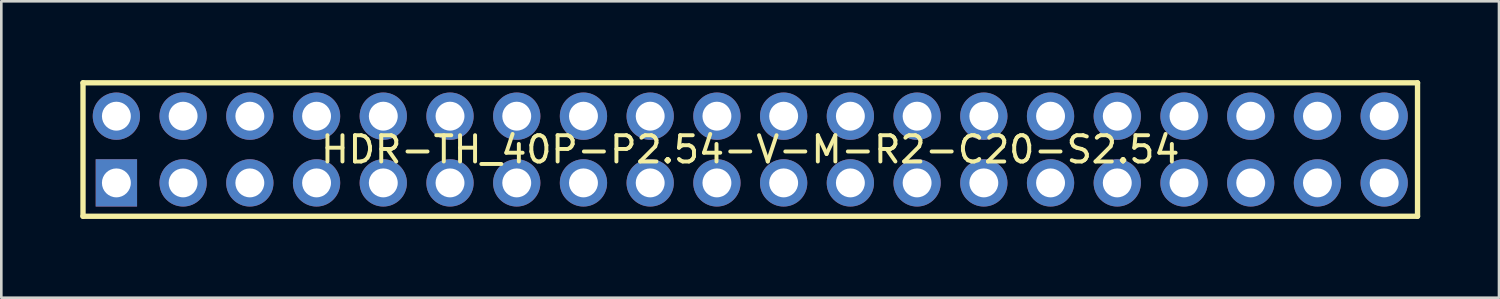
<source format=kicad_pcb>
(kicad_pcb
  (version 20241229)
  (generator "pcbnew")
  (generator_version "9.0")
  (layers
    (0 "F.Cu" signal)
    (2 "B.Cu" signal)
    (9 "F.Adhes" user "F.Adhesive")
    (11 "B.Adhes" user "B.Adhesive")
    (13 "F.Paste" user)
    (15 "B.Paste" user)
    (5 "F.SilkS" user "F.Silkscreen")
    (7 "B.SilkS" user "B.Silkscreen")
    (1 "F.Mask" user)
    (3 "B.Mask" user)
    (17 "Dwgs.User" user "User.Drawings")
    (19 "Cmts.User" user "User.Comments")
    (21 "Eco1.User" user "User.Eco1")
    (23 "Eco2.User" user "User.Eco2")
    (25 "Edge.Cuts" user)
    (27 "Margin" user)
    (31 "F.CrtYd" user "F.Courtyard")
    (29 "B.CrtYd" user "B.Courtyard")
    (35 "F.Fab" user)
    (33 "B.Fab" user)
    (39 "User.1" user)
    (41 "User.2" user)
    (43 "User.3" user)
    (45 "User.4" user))
  (footprint "HDR-TH_40P-P2.54-V-M-R2-C20-S2.54"
    (layer "F.Cu")
    (at 25.51 2.642)
    (property "Reference" "HDR-TH_40P-P2.54-V-M-R2-C20-S2.54" (at 0 0 0) (layer "F.SilkS") (effects (font (size 1 1) (thickness 0.15))))
    (fp_line (start -25.4 -2.54) (end -25.4 2.54) (stroke (width 0.203) (type default)) (layer "F.SilkS"))
    (fp_line (start -25.4 2.54) (end 25.4 2.54) (stroke (width 0.203) (type default)) (layer "F.SilkS"))
    (fp_line (start 25.4 -2.54) (end -25.4 -2.54) (stroke (width 0.203) (type default)) (layer "F.SilkS"))
    (fp_line (start 25.4 2.54) (end 25.4 -2.54) (stroke (width 0.203) (type default)) (layer "F.SilkS"))
    (fp_poly (pts (xy -24.45 -1.59) (xy -23.81 -1.59) (xy -23.81 -0.95) (xy -24.45 -0.95)) (stroke (width 0.1) (type default)) (fill no) (layer "User.1"))
    (fp_poly (pts (xy -24.45 0.95) (xy -23.81 0.95) (xy -23.81 1.59) (xy -24.45 1.59)) (stroke (width 0.1) (type default)) (fill no) (layer "User.1"))
    (fp_poly (pts (xy -21.91 -1.59) (xy -21.27 -1.59) (xy -21.27 -0.95) (xy -21.91 -0.95)) (stroke (width 0.1) (type default)) (fill no) (layer "User.1"))
    (fp_poly (pts (xy -21.91 0.95) (xy -21.27 0.95) (xy -21.27 1.59) (xy -21.91 1.59)) (stroke (width 0.1) (type default)) (fill no) (layer "User.1"))
    (fp_poly (pts (xy -19.37 -1.59) (xy -18.73 -1.59) (xy -18.73 -0.95) (xy -19.37 -0.95)) (stroke (width 0.1) (type default)) (fill no) (layer "User.1"))
    (fp_poly (pts (xy -19.37 0.95) (xy -18.73 0.95) (xy -18.73 1.59) (xy -19.37 1.59)) (stroke (width 0.1) (type default)) (fill no) (layer "User.1"))
    (fp_poly (pts (xy -16.83 -1.59) (xy -16.19 -1.59) (xy -16.19 -0.95) (xy -16.83 -0.95)) (stroke (width 0.1) (type default)) (fill no) (layer "User.1"))
    (fp_poly (pts (xy -16.83 0.95) (xy -16.19 0.95) (xy -16.19 1.59) (xy -16.83 1.59)) (stroke (width 0.1) (type default)) (fill no) (layer "User.1"))
    (fp_poly (pts (xy -14.29 -1.59) (xy -13.65 -1.59) (xy -13.65 -0.95) (xy -14.29 -0.95)) (stroke (width 0.1) (type default)) (fill no) (layer "User.1"))
    (fp_poly (pts (xy -14.29 0.95) (xy -13.65 0.95) (xy -13.65 1.59) (xy -14.29 1.59)) (stroke (width 0.1) (type default)) (fill no) (layer "User.1"))
    (fp_poly (pts (xy -11.75 -1.59) (xy -11.11 -1.59) (xy -11.11 -0.95) (xy -11.75 -0.95)) (stroke (width 0.1) (type default)) (fill no) (layer "User.1"))
    (fp_poly (pts (xy -11.75 0.95) (xy -11.11 0.95) (xy -11.11 1.59) (xy -11.75 1.59)) (stroke (width 0.1) (type default)) (fill no) (layer "User.1"))
    (fp_poly (pts (xy -9.21 -1.59) (xy -8.57 -1.59) (xy -8.57 -0.95) (xy -9.21 -0.95)) (stroke (width 0.1) (type default)) (fill no) (layer "User.1"))
    (fp_poly (pts (xy -9.21 0.95) (xy -8.57 0.95) (xy -8.57 1.59) (xy -9.21 1.59)) (stroke (width 0.1) (type default)) (fill no) (layer "User.1"))
    (fp_poly (pts (xy -6.67 -1.59) (xy -6.03 -1.59) (xy -6.03 -0.95) (xy -6.67 -0.95)) (stroke (width 0.1) (type default)) (fill no) (layer "User.1"))
    (fp_poly (pts (xy -6.67 0.95) (xy -6.03 0.95) (xy -6.03 1.59) (xy -6.67 1.59)) (stroke (width 0.1) (type default)) (fill no) (layer "User.1"))
    (fp_poly (pts (xy -4.13 -1.59) (xy -3.49 -1.59) (xy -3.49 -0.95) (xy -4.13 -0.95)) (stroke (width 0.1) (type default)) (fill no) (layer "User.1"))
    (fp_poly (pts (xy -4.13 0.95) (xy -3.49 0.95) (xy -3.49 1.59) (xy -4.13 1.59)) (stroke (width 0.1) (type default)) (fill no) (layer "User.1"))
    (fp_poly (pts (xy -1.59 -1.59) (xy -0.95 -1.59) (xy -0.95 -0.95) (xy -1.59 -0.95)) (stroke (width 0.1) (type default)) (fill no) (layer "User.1"))
    (fp_poly (pts (xy -1.59 0.95) (xy -0.95 0.95) (xy -0.95 1.59) (xy -1.59 1.59)) (stroke (width 0.1) (type default)) (fill no) (layer "User.1"))
    (fp_poly (pts (xy 0.95 -1.59) (xy 1.59 -1.59) (xy 1.59 -0.95) (xy 0.95 -0.95)) (stroke (width 0.1) (type default)) (fill no) (layer "User.1"))
    (fp_poly (pts (xy 0.95 0.95) (xy 1.59 0.95) (xy 1.59 1.59) (xy 0.95 1.59)) (stroke (width 0.1) (type default)) (fill no) (layer "User.1"))
    (fp_poly (pts (xy 3.49 -1.59) (xy 4.13 -1.59) (xy 4.13 -0.95) (xy 3.49 -0.95)) (stroke (width 0.1) (type default)) (fill no) (layer "User.1"))
    (fp_poly (pts (xy 3.49 0.95) (xy 4.13 0.95) (xy 4.13 1.59) (xy 3.49 1.59)) (stroke (width 0.1) (type default)) (fill no) (layer "User.1"))
    (fp_poly (pts (xy 6.03 -1.59) (xy 6.67 -1.59) (xy 6.67 -0.95) (xy 6.03 -0.95)) (stroke (width 0.1) (type default)) (fill no) (layer "User.1"))
    (fp_poly (pts (xy 6.03 0.95) (xy 6.67 0.95) (xy 6.67 1.59) (xy 6.03 1.59)) (stroke (width 0.1) (type default)) (fill no) (layer "User.1"))
    (fp_poly (pts (xy 8.57 -1.59) (xy 9.21 -1.59) (xy 9.21 -0.95) (xy 8.57 -0.95)) (stroke (width 0.1) (type default)) (fill no) (layer "User.1"))
    (fp_poly (pts (xy 8.57 0.95) (xy 9.21 0.95) (xy 9.21 1.59) (xy 8.57 1.59)) (stroke (width 0.1) (type default)) (fill no) (layer "User.1"))
    (fp_poly (pts (xy 11.11 -1.59) (xy 11.75 -1.59) (xy 11.75 -0.95) (xy 11.11 -0.95)) (stroke (width 0.1) (type default)) (fill no) (layer "User.1"))
    (fp_poly (pts (xy 11.11 0.95) (xy 11.75 0.95) (xy 11.75 1.59) (xy 11.11 1.59)) (stroke (width 0.1) (type default)) (fill no) (layer "User.1"))
    (fp_poly (pts (xy 13.65 -1.59) (xy 14.29 -1.59) (xy 14.29 -0.95) (xy 13.65 -0.95)) (stroke (width 0.1) (type default)) (fill no) (layer "User.1"))
    (fp_poly (pts (xy 13.65 0.95) (xy 14.29 0.95) (xy 14.29 1.59) (xy 13.65 1.59)) (stroke (width 0.1) (type default)) (fill no) (layer "User.1"))
    (fp_poly (pts (xy 16.19 -1.59) (xy 16.83 -1.59) (xy 16.83 -0.95) (xy 16.19 -0.95)) (stroke (width 0.1) (type default)) (fill no) (layer "User.1"))
    (fp_poly (pts (xy 16.19 0.95) (xy 16.83 0.95) (xy 16.83 1.59) (xy 16.19 1.59)) (stroke (width 0.1) (type default)) (fill no) (layer "User.1"))
    (fp_poly (pts (xy 18.73 -1.59) (xy 19.37 -1.59) (xy 19.37 -0.95) (xy 18.73 -0.95)) (stroke (width 0.1) (type default)) (fill no) (layer "User.1"))
    (fp_poly (pts (xy 18.73 0.95) (xy 19.37 0.95) (xy 19.37 1.59) (xy 18.73 1.59)) (stroke (width 0.1) (type default)) (fill no) (layer "User.1"))
    (fp_poly (pts (xy 21.27 -1.59) (xy 21.91 -1.59) (xy 21.91 -0.95) (xy 21.27 -0.95)) (stroke (width 0.1) (type default)) (fill no) (layer "User.1"))
    (fp_poly (pts (xy 21.27 0.95) (xy 21.91 0.95) (xy 21.91 1.59) (xy 21.27 1.59)) (stroke (width 0.1) (type default)) (fill no) (layer "User.1"))
    (fp_poly (pts (xy 23.81 -1.59) (xy 24.45 -1.59) (xy 24.45 -0.95) (xy 23.81 -0.95)) (stroke (width 0.1) (type default)) (fill no) (layer "User.1"))
    (fp_poly (pts (xy 23.81 0.95) (xy 24.45 0.95) (xy 24.45 1.59) (xy 23.81 1.59)) (stroke (width 0.1) (type default)) (fill no) (layer "User.1"))
    (fp_line (start -25.4 -2.5) (end 25.4 -2.5) (stroke (width 0.051) (type default)) (layer "User.2"))
    (fp_line (start -25.4 2.5) (end -25.4 -2.5) (stroke (width 0.051) (type default)) (layer "User.2"))
    (fp_line (start 25.4 -2.5) (end 25.4 2.5) (stroke (width 0.051) (type default)) (layer "User.2"))
    (fp_line (start 25.4 2.5) (end -25.4 2.5) (stroke (width 0.051) (type default)) (layer "User.2"))
    (fp_poly (pts (xy -25.34 2.5) (xy -25.358 2.458) (xy -25.4 2.44) (xy -25.442 2.458) (xy -25.46 2.5) (xy -25.442 2.542) (xy -25.4 2.56) (xy -25.358 2.542)) (stroke (width 0.1) (type default)) (fill no) (layer "User.3"))
    (pad "1" thru_hole rect (at -24.13 1.27) (size 1.575 1.8) (drill 1.1) (layers "*.Cu" "*.Mask"))
    (pad "2" thru_hole circle (at -24.13 -1.27) (size 1.8 1.8) (drill 1.1) (layers "*.Cu" "*.Mask"))
    (pad "3" thru_hole circle (at -21.59 1.27) (size 1.8 1.8) (drill 1.1) (layers "*.Cu" "*.Mask"))
    (pad "4" thru_hole circle (at -21.59 -1.27) (size 1.8 1.8) (drill 1.1) (layers "*.Cu" "*.Mask"))
    (pad "5" thru_hole circle (at -19.05 1.27) (size 1.8 1.8) (drill 1.1) (layers "*.Cu" "*.Mask"))
    (pad "6" thru_hole circle (at -19.05 -1.27) (size 1.8 1.8) (drill 1.1) (layers "*.Cu" "*.Mask"))
    (pad "7" thru_hole circle (at -16.51 1.27) (size 1.8 1.8) (drill 1.1) (layers "*.Cu" "*.Mask"))
    (pad "8" thru_hole circle (at -16.51 -1.27) (size 1.8 1.8) (drill 1.1) (layers "*.Cu" "*.Mask"))
    (pad "9" thru_hole circle (at -13.97 1.27) (size 1.8 1.8) (drill 1.1) (layers "*.Cu" "*.Mask"))
    (pad "10" thru_hole circle (at -13.97 -1.27) (size 1.8 1.8) (drill 1.1) (layers "*.Cu" "*.Mask"))
    (pad "11" thru_hole circle (at -11.43 1.27) (size 1.8 1.8) (drill 1.1) (layers "*.Cu" "*.Mask"))
    (pad "12" thru_hole circle (at -11.43 -1.27) (size 1.8 1.8) (drill 1.1) (layers "*.Cu" "*.Mask"))
    (pad "13" thru_hole circle (at -8.89 1.27) (size 1.8 1.8) (drill 1.1) (layers "*.Cu" "*.Mask"))
    (pad "14" thru_hole circle (at -8.89 -1.27) (size 1.8 1.8) (drill 1.1) (layers "*.Cu" "*.Mask"))
    (pad "15" thru_hole circle (at -6.35 1.27) (size 1.8 1.8) (drill 1.1) (layers "*.Cu" "*.Mask"))
    (pad "16" thru_hole circle (at -6.35 -1.27) (size 1.8 1.8) (drill 1.1) (layers "*.Cu" "*.Mask"))
    (pad "17" thru_hole circle (at -3.81 1.27) (size 1.8 1.8) (drill 1.1) (layers "*.Cu" "*.Mask"))
    (pad "18" thru_hole circle (at -3.81 -1.27) (size 1.8 1.8) (drill 1.1) (layers "*.Cu" "*.Mask"))
    (pad "19" thru_hole circle (at -1.27 1.27) (size 1.8 1.8) (drill 1.1) (layers "*.Cu" "*.Mask"))
    (pad "20" thru_hole circle (at -1.27 -1.27) (size 1.8 1.8) (drill 1.1) (layers "*.Cu" "*.Mask"))
    (pad "21" thru_hole circle (at 1.27 1.27) (size 1.8 1.8) (drill 1.1) (layers "*.Cu" "*.Mask"))
    (pad "22" thru_hole circle (at 1.27 -1.27) (size 1.8 1.8) (drill 1.1) (layers "*.Cu" "*.Mask"))
    (pad "23" thru_hole circle (at 3.81 1.27) (size 1.8 1.8) (drill 1.1) (layers "*.Cu" "*.Mask"))
    (pad "24" thru_hole circle (at 3.81 -1.27) (size 1.8 1.8) (drill 1.1) (layers "*.Cu" "*.Mask"))
    (pad "25" thru_hole circle (at 6.35 1.27) (size 1.8 1.8) (drill 1.1) (layers "*.Cu" "*.Mask"))
    (pad "26" thru_hole circle (at 6.35 -1.27) (size 1.8 1.8) (drill 1.1) (layers "*.Cu" "*.Mask"))
    (pad "27" thru_hole circle (at 8.89 1.27) (size 1.8 1.8) (drill 1.1) (layers "*.Cu" "*.Mask"))
    (pad "28" thru_hole circle (at 8.89 -1.27) (size 1.8 1.8) (drill 1.1) (layers "*.Cu" "*.Mask"))
    (pad "29" thru_hole circle (at 11.43 1.27) (size 1.8 1.8) (drill 1.1) (layers "*.Cu" "*.Mask"))
    (pad "30" thru_hole circle (at 11.43 -1.27) (size 1.8 1.8) (drill 1.1) (layers "*.Cu" "*.Mask"))
    (pad "31" thru_hole circle (at 13.97 1.27) (size 1.8 1.8) (drill 1.1) (layers "*.Cu" "*.Mask"))
    (pad "32" thru_hole circle (at 13.97 -1.27) (size 1.8 1.8) (drill 1.1) (layers "*.Cu" "*.Mask"))
    (pad "33" thru_hole circle (at 16.51 1.27) (size 1.8 1.8) (drill 1.1) (layers "*.Cu" "*.Mask"))
    (pad "34" thru_hole circle (at 16.51 -1.27) (size 1.8 1.8) (drill 1.1) (layers "*.Cu" "*.Mask"))
    (pad "35" thru_hole circle (at 19.05 1.27) (size 1.8 1.8) (drill 1.1) (layers "*.Cu" "*.Mask"))
    (pad "36" thru_hole circle (at 19.05 -1.27) (size 1.8 1.8) (drill 1.1) (layers "*.Cu" "*.Mask"))
    (pad "37" thru_hole circle (at 21.59 1.27) (size 1.8 1.8) (drill 1.1) (layers "*.Cu" "*.Mask"))
    (pad "38" thru_hole circle (at 21.59 -1.27) (size 1.8 1.8) (drill 1.1) (layers "*.Cu" "*.Mask"))
    (pad "39" thru_hole circle (at 24.13 1.27) (size 1.8 1.8) (drill 1.1) (layers "*.Cu" "*.Mask"))
    (pad "40" thru_hole circle (at 24.13 -1.27) (size 1.8 1.8) (drill 1.1) (layers "*.Cu" "*.Mask")))
  (gr_rect
    (start -3 -3)
    (end 54.011 8.283)
    (stroke (width 0.1) (type default))
    (fill no)
    (layer "Edge.Cuts")))
</source>
